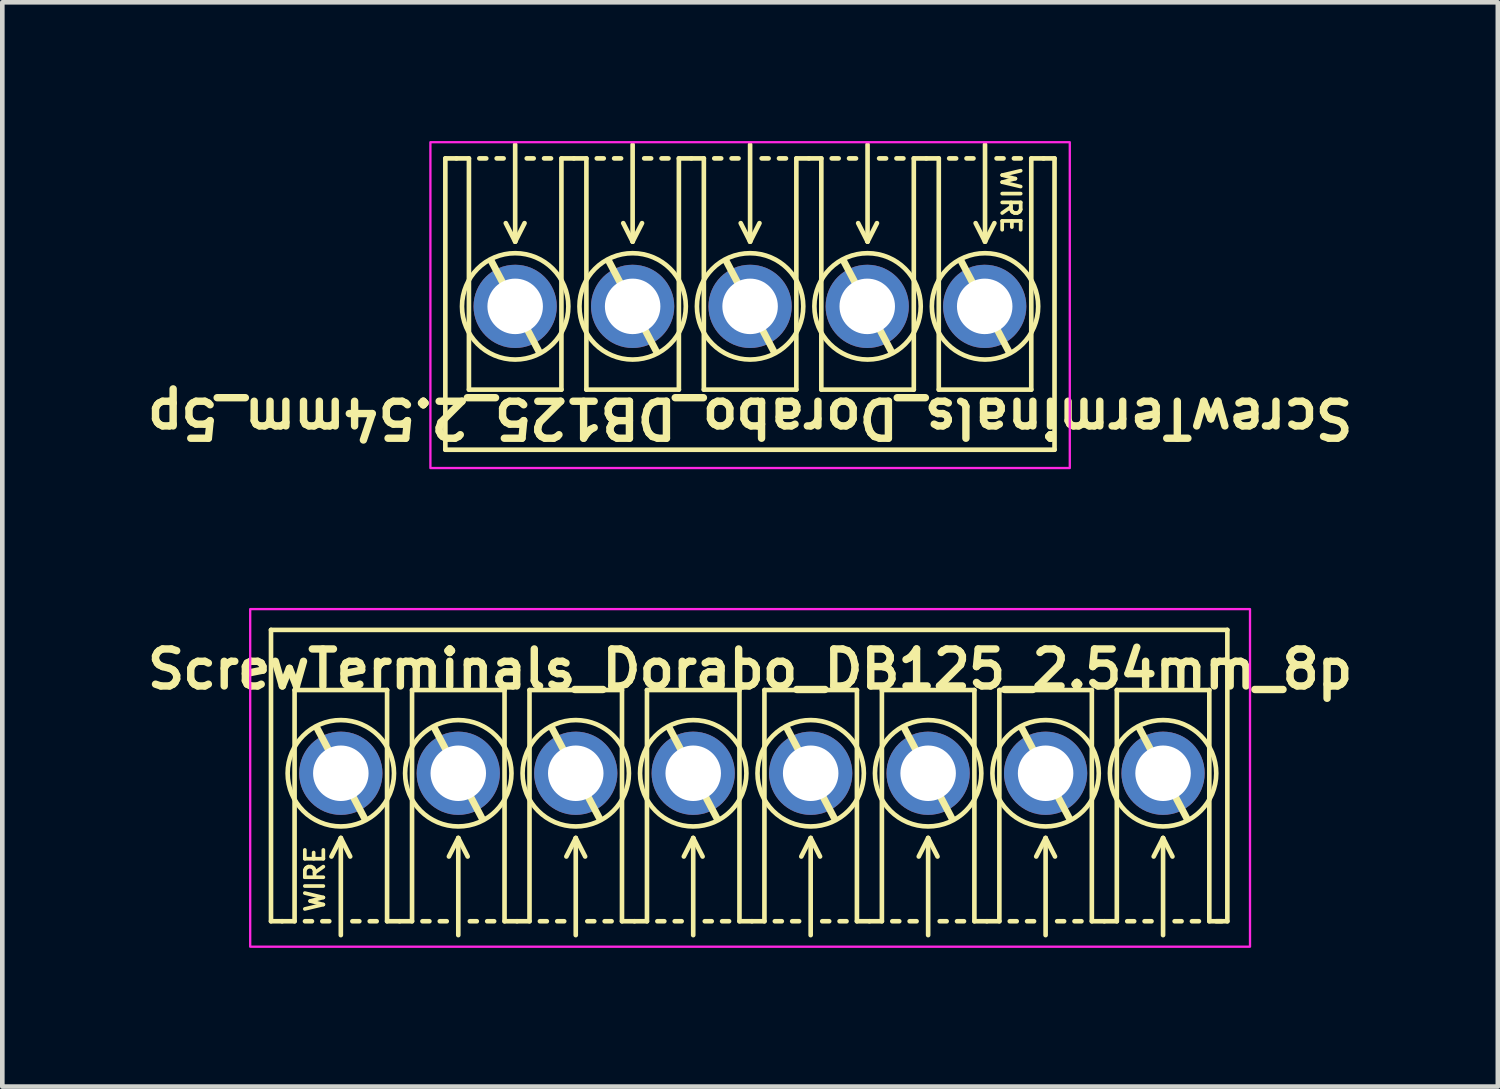
<source format=kicad_pcb>
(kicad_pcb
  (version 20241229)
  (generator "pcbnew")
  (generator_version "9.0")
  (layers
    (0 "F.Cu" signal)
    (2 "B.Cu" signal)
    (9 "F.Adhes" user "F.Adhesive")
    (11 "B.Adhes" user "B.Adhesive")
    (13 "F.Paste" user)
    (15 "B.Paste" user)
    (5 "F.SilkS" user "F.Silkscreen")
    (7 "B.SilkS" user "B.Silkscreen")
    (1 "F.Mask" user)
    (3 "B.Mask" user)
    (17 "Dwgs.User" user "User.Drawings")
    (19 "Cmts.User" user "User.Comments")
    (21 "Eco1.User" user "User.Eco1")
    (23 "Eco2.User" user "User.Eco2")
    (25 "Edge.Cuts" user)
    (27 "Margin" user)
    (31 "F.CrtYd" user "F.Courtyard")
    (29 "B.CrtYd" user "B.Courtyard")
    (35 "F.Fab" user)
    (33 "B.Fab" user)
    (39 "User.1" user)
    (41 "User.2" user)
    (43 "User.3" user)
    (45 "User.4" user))
  (footprint "ScrewTerminals_Dorabo_DB125_2.54mm_5p"
    (layer "F.Cu")
    (at 13.17 3.575)
    (property "Reference" "ScrewTerminals_Dorabo_DB125_2.54mm_5p" (at 0 2.413 180) (unlocked yes) (layer "F.SilkS") (effects (font (size 0.8 0.8) (thickness 0.16) (bold yes))))
    (attr through_hole)
    (fp_line (start -6.59 -3.2) (end -6.59 3.1) (stroke (width 0.1) (type default)) (layer "F.SilkS"))
    (fp_line (start -6.59 -3.2) (end -6.35 -3.2) (stroke (width 0.1) (type default)) (layer "F.SilkS"))
    (fp_line (start -6.08 -3.2) (end -6.35 -3.2) (stroke (width 0.1) (type default)) (layer "F.SilkS"))
    (fp_line (start -6.08 1.8) (end -6.08 -3.2) (stroke (width 0.1) (type solid)) (layer "F.SilkS"))
    (fp_line (start -5.705 -3.2) (end -5.855 -3.2) (stroke (width 0.1) (type default)) (layer "F.SilkS"))
    (fp_line (start -5.33 -3.2) (end -5.48 -3.2) (stroke (width 0.1) (type default)) (layer "F.SilkS"))
    (fp_line (start -5.08 -3.5) (end -5.08 -1.4) (stroke (width 0.1) (type default)) (layer "F.SilkS"))
    (fp_line (start -5.08 -1.4) (end -5.283 -1.8) (stroke (width 0.1) (type default)) (layer "F.SilkS"))
    (fp_line (start -5.08 -1.4) (end -4.877 -1.8) (stroke (width 0.1) (type default)) (layer "F.SilkS"))
    (fp_line (start -4.68 -3.2) (end -4.83 -3.2) (stroke (width 0.1) (type default)) (layer "F.SilkS"))
    (fp_line (start -4.572 0.965) (end -5.588 -0.965) (stroke (width 0.15) (type default)) (layer "F.SilkS"))
    (fp_line (start -4.305 -3.2) (end -4.455 -3.2) (stroke (width 0.1) (type default)) (layer "F.SilkS"))
    (fp_line (start -4.08 -3.2) (end -4.08 1.8) (stroke (width 0.1) (type solid)) (layer "F.SilkS"))
    (fp_line (start -4.08 1.8) (end -6.08 1.8) (stroke (width 0.1) (type solid)) (layer "F.SilkS"))
    (fp_line (start -3.81 -3.2) (end -4.08 -3.2) (stroke (width 0.1) (type default)) (layer "F.SilkS"))
    (fp_line (start -3.54 -3.2) (end -3.81 -3.2) (stroke (width 0.1) (type default)) (layer "F.SilkS"))
    (fp_line (start -3.54 1.8) (end -3.54 -3.2) (stroke (width 0.1) (type solid)) (layer "F.SilkS"))
    (fp_line (start -3.165 -3.2) (end -3.315 -3.2) (stroke (width 0.1) (type default)) (layer "F.SilkS"))
    (fp_line (start -2.79 -3.2) (end -2.94 -3.2) (stroke (width 0.1) (type default)) (layer "F.SilkS"))
    (fp_line (start -2.54 -3.5) (end -2.54 -1.4) (stroke (width 0.1) (type default)) (layer "F.SilkS"))
    (fp_line (start -2.54 -1.4) (end -2.743 -1.8) (stroke (width 0.1) (type default)) (layer "F.SilkS"))
    (fp_line (start -2.54 -1.4) (end -2.337 -1.8) (stroke (width 0.1) (type default)) (layer "F.SilkS"))
    (fp_line (start -2.14 -3.2) (end -2.29 -3.2) (stroke (width 0.1) (type default)) (layer "F.SilkS"))
    (fp_line (start -2.032 0.965) (end -3.048 -0.965) (stroke (width 0.15) (type default)) (layer "F.SilkS"))
    (fp_line (start -1.765 -3.2) (end -1.915 -3.2) (stroke (width 0.1) (type default)) (layer "F.SilkS"))
    (fp_line (start -1.54 -3.2) (end -1.54 1.8) (stroke (width 0.1) (type solid)) (layer "F.SilkS"))
    (fp_line (start -1.54 1.8) (end -3.54 1.8) (stroke (width 0.1) (type solid)) (layer "F.SilkS"))
    (fp_line (start -1.27 -3.2) (end -1.54 -3.2) (stroke (width 0.1) (type default)) (layer "F.SilkS"))
    (fp_line (start -1 -3.2) (end -1.27 -3.2) (stroke (width 0.1) (type default)) (layer "F.SilkS"))
    (fp_line (start -1 1.8) (end -1 -3.2) (stroke (width 0.1) (type solid)) (layer "F.SilkS"))
    (fp_line (start -0.625 -3.2) (end -0.775 -3.2) (stroke (width 0.1) (type default)) (layer "F.SilkS"))
    (fp_line (start -0.25 -3.2) (end -0.4 -3.2) (stroke (width 0.1) (type default)) (layer "F.SilkS"))
    (fp_line (start 0 -3.5) (end 0 -1.4) (stroke (width 0.1) (type default)) (layer "F.SilkS"))
    (fp_line (start 0 -1.4) (end -0.203 -1.8) (stroke (width 0.1) (type default)) (layer "F.SilkS"))
    (fp_line (start 0 -1.4) (end 0.203 -1.8) (stroke (width 0.1) (type default)) (layer "F.SilkS"))
    (fp_line (start 0.4 -3.2) (end 0.25 -3.2) (stroke (width 0.1) (type default)) (layer "F.SilkS"))
    (fp_line (start 0.508 0.965) (end -0.508 -0.965) (stroke (width 0.15) (type default)) (layer "F.SilkS"))
    (fp_line (start 0.775 -3.2) (end 0.625 -3.2) (stroke (width 0.1) (type default)) (layer "F.SilkS"))
    (fp_line (start 1 -3.2) (end 1 1.8) (stroke (width 0.1) (type solid)) (layer "F.SilkS"))
    (fp_line (start 1 1.8) (end -1 1.8) (stroke (width 0.1) (type solid)) (layer "F.SilkS"))
    (fp_line (start 1.27 -3.2) (end 1 -3.2) (stroke (width 0.1) (type default)) (layer "F.SilkS"))
    (fp_line (start 1.54 -3.2) (end 1.27 -3.2) (stroke (width 0.1) (type default)) (layer "F.SilkS"))
    (fp_line (start 1.54 1.8) (end 1.54 -3.2) (stroke (width 0.1) (type solid)) (layer "F.SilkS"))
    (fp_line (start 1.915 -3.2) (end 1.765 -3.2) (stroke (width 0.1) (type default)) (layer "F.SilkS"))
    (fp_line (start 2.29 -3.2) (end 2.14 -3.2) (stroke (width 0.1) (type default)) (layer "F.SilkS"))
    (fp_line (start 2.54 -3.5) (end 2.54 -1.4) (stroke (width 0.1) (type default)) (layer "F.SilkS"))
    (fp_line (start 2.54 -1.4) (end 2.337 -1.8) (stroke (width 0.1) (type default)) (layer "F.SilkS"))
    (fp_line (start 2.54 -1.4) (end 2.743 -1.8) (stroke (width 0.1) (type default)) (layer "F.SilkS"))
    (fp_line (start 2.94 -3.2) (end 2.79 -3.2) (stroke (width 0.1) (type default)) (layer "F.SilkS"))
    (fp_line (start 3.048 0.965) (end 2.032 -0.965) (stroke (width 0.15) (type default)) (layer "F.SilkS"))
    (fp_line (start 3.315 -3.2) (end 3.165 -3.2) (stroke (width 0.1) (type default)) (layer "F.SilkS"))
    (fp_line (start 3.54 -3.2) (end 3.54 1.8) (stroke (width 0.1) (type solid)) (layer "F.SilkS"))
    (fp_line (start 3.54 1.8) (end 1.54 1.8) (stroke (width 0.1) (type solid)) (layer "F.SilkS"))
    (fp_line (start 3.81 -3.2) (end 3.54 -3.2) (stroke (width 0.1) (type default)) (layer "F.SilkS"))
    (fp_line (start 4.08 -3.2) (end 3.81 -3.2) (stroke (width 0.1) (type default)) (layer "F.SilkS"))
    (fp_line (start 4.08 1.8) (end 4.08 -3.2) (stroke (width 0.1) (type solid)) (layer "F.SilkS"))
    (fp_line (start 4.455 -3.2) (end 4.305 -3.2) (stroke (width 0.1) (type default)) (layer "F.SilkS"))
    (fp_line (start 4.83 -3.2) (end 4.68 -3.2) (stroke (width 0.1) (type default)) (layer "F.SilkS"))
    (fp_line (start 5.08 -3.5) (end 5.08 -1.4) (stroke (width 0.1) (type default)) (layer "F.SilkS"))
    (fp_line (start 5.08 -1.4) (end 4.877 -1.8) (stroke (width 0.1) (type default)) (layer "F.SilkS"))
    (fp_line (start 5.08 -1.4) (end 5.283 -1.8) (stroke (width 0.1) (type default)) (layer "F.SilkS"))
    (fp_line (start 5.48 -3.2) (end 5.33 -3.2) (stroke (width 0.1) (type default)) (layer "F.SilkS"))
    (fp_line (start 5.588 0.965) (end 4.572 -0.965) (stroke (width 0.15) (type default)) (layer "F.SilkS"))
    (fp_line (start 5.855 -3.2) (end 5.705 -3.2) (stroke (width 0.1) (type default)) (layer "F.SilkS"))
    (fp_line (start 6.08 -3.2) (end 6.08 1.8) (stroke (width 0.1) (type solid)) (layer "F.SilkS"))
    (fp_line (start 6.08 1.8) (end 4.08 1.8) (stroke (width 0.1) (type solid)) (layer "F.SilkS"))
    (fp_line (start 6.35 -3.2) (end 6.08 -3.2) (stroke (width 0.1) (type default)) (layer "F.SilkS"))
    (fp_line (start 6.583 -3.2) (end 6.343 -3.2) (stroke (width 0.1) (type default)) (layer "F.SilkS"))
    (fp_line (start 6.583 -3.2) (end 6.583 3.1) (stroke (width 0.1) (type default)) (layer "F.SilkS"))
    (fp_line (start 6.583 3.1) (end -6.59 3.1) (stroke (width 0.1) (type default)) (layer "F.SilkS"))
    (fp_circle (center -5.08 0) (end -3.93 0) (stroke (width 0.1) (type default)) (fill no) (layer "F.SilkS"))
    (fp_circle (center -2.54 0) (end -1.39 0) (stroke (width 0.1) (type default)) (fill no) (layer "F.SilkS"))
    (fp_circle (center 0 0) (end 1.15 0) (stroke (width 0.1) (type default)) (fill no) (layer "F.SilkS"))
    (fp_circle (center 2.54 0) (end 3.69 0) (stroke (width 0.1) (type default)) (fill no) (layer "F.SilkS"))
    (fp_circle (center 5.08 0) (end 6.23 0) (stroke (width 0.1) (type default)) (fill no) (layer "F.SilkS"))
    (fp_rect (start -6.913 -3.55) (end 6.913 3.496) (stroke (width 0.05) (type default)) (fill no) (layer "F.CrtYd"))
    (fp_text user "WIRE" (at 5.632 -2.286 270) (unlocked yes) (layer "F.SilkS") (effects (font (size 0.4 0.4) (thickness 0.08) (bold yes))))
    (pad "1" thru_hole circle (at 5.073 0 180) (size 1.8 1.8) (drill 1.2) (layers "*.Cu" "*.Mask"))
    (pad "2" thru_hole circle (at 2.533 0 180) (size 1.8 1.8) (drill 1.2) (layers "*.Cu" "*.Mask"))
    (pad "3" thru_hole circle (at 0 0 180) (size 1.8 1.8) (drill 1.2) (layers "*.Cu" "*.Mask"))
    (pad "4" thru_hole circle (at -2.54 0 180) (size 1.8 1.8) (drill 1.2) (layers "*.Cu" "*.Mask"))
    (pad "5" thru_hole circle (at -5.08 0 180) (size 1.8 1.8) (drill 1.2) (layers "*.Cu" "*.Mask")))
  (footprint "ScrewTerminals_Dorabo_DB125_2.54mm_8p"
    (layer "F.Cu")
    (at 13.17 13.671)
    (property "Reference" "ScrewTerminals_Dorabo_DB125_2.54mm_8p" (at 0 -2.25 0) (unlocked yes) (layer "F.SilkS") (effects (font (size 0.8 0.8) (thickness 0.16) (bold yes))))
    (attr through_hole)
    (fp_line (start -10.36 -3.1) (end 10.32 -3.1) (stroke (width 0.1) (type default)) (layer "F.SilkS"))
    (fp_line (start -10.36 3.2) (end -10.36 -3.1) (stroke (width 0.1) (type default)) (layer "F.SilkS"))
    (fp_line (start -10.36 3.2) (end -10.12 3.2) (stroke (width 0.1) (type default)) (layer "F.SilkS"))
    (fp_line (start -10.12 3.2) (end -9.85 3.2) (stroke (width 0.1) (type default)) (layer "F.SilkS"))
    (fp_line (start -9.85 -1.8) (end -7.85 -1.8) (stroke (width 0.1) (type solid)) (layer "F.SilkS"))
    (fp_line (start -9.85 3.2) (end -9.85 -1.8) (stroke (width 0.1) (type solid)) (layer "F.SilkS"))
    (fp_line (start -9.625 3.2) (end -9.475 3.2) (stroke (width 0.1) (type default)) (layer "F.SilkS"))
    (fp_line (start -9.358 -0.965) (end -8.342 0.965) (stroke (width 0.15) (type default)) (layer "F.SilkS"))
    (fp_line (start -9.25 3.2) (end -9.1 3.2) (stroke (width 0.1) (type default)) (layer "F.SilkS"))
    (fp_line (start -8.85 1.4) (end -9.053 1.8) (stroke (width 0.1) (type default)) (layer "F.SilkS"))
    (fp_line (start -8.85 1.4) (end -8.647 1.8) (stroke (width 0.1) (type default)) (layer "F.SilkS"))
    (fp_line (start -8.85 3.5) (end -8.85 1.4) (stroke (width 0.1) (type default)) (layer "F.SilkS"))
    (fp_line (start -8.6 3.2) (end -8.45 3.2) (stroke (width 0.1) (type default)) (layer "F.SilkS"))
    (fp_line (start -8.225 3.2) (end -8.075 3.2) (stroke (width 0.1) (type default)) (layer "F.SilkS"))
    (fp_line (start -7.85 -1.8) (end -7.85 3.2) (stroke (width 0.1) (type solid)) (layer "F.SilkS"))
    (fp_line (start -7.85 3.2) (end -7.58 3.2) (stroke (width 0.1) (type default)) (layer "F.SilkS"))
    (fp_line (start -7.58 3.2) (end -7.31 3.2) (stroke (width 0.1) (type default)) (layer "F.SilkS"))
    (fp_line (start -7.31 -1.8) (end -5.31 -1.8) (stroke (width 0.1) (type solid)) (layer "F.SilkS"))
    (fp_line (start -7.31 3.2) (end -7.31 -1.8) (stroke (width 0.1) (type solid)) (layer "F.SilkS"))
    (fp_line (start -7.085 3.2) (end -6.935 3.2) (stroke (width 0.1) (type default)) (layer "F.SilkS"))
    (fp_line (start -6.818 -0.965) (end -5.802 0.965) (stroke (width 0.15) (type default)) (layer "F.SilkS"))
    (fp_line (start -6.71 3.2) (end -6.56 3.2) (stroke (width 0.1) (type default)) (layer "F.SilkS"))
    (fp_line (start -6.31 1.4) (end -6.513 1.8) (stroke (width 0.1) (type default)) (layer "F.SilkS"))
    (fp_line (start -6.31 1.4) (end -6.107 1.8) (stroke (width 0.1) (type default)) (layer "F.SilkS"))
    (fp_line (start -6.31 3.5) (end -6.31 1.4) (stroke (width 0.1) (type default)) (layer "F.SilkS"))
    (fp_line (start -6.06 3.2) (end -5.91 3.2) (stroke (width 0.1) (type default)) (layer "F.SilkS"))
    (fp_line (start -5.685 3.2) (end -5.535 3.2) (stroke (width 0.1) (type default)) (layer "F.SilkS"))
    (fp_line (start -5.31 -1.8) (end -5.31 3.2) (stroke (width 0.1) (type solid)) (layer "F.SilkS"))
    (fp_line (start -5.31 3.2) (end -5.04 3.2) (stroke (width 0.1) (type default)) (layer "F.SilkS"))
    (fp_line (start -5.04 3.2) (end -4.77 3.2) (stroke (width 0.1) (type default)) (layer "F.SilkS"))
    (fp_line (start -4.77 -1.8) (end -2.77 -1.8) (stroke (width 0.1) (type solid)) (layer "F.SilkS"))
    (fp_line (start -4.77 3.2) (end -4.77 -1.8) (stroke (width 0.1) (type solid)) (layer "F.SilkS"))
    (fp_line (start -4.545 3.2) (end -4.395 3.2) (stroke (width 0.1) (type default)) (layer "F.SilkS"))
    (fp_line (start -4.278 -0.965) (end -3.262 0.965) (stroke (width 0.15) (type default)) (layer "F.SilkS"))
    (fp_line (start -4.17 3.2) (end -4.02 3.2) (stroke (width 0.1) (type default)) (layer "F.SilkS"))
    (fp_line (start -3.77 1.4) (end -3.973 1.8) (stroke (width 0.1) (type default)) (layer "F.SilkS"))
    (fp_line (start -3.77 1.4) (end -3.567 1.8) (stroke (width 0.1) (type default)) (layer "F.SilkS"))
    (fp_line (start -3.77 3.5) (end -3.77 1.4) (stroke (width 0.1) (type default)) (layer "F.SilkS"))
    (fp_line (start -3.52 3.2) (end -3.37 3.2) (stroke (width 0.1) (type default)) (layer "F.SilkS"))
    (fp_line (start -3.145 3.2) (end -2.995 3.2) (stroke (width 0.1) (type default)) (layer "F.SilkS"))
    (fp_line (start -2.77 -1.8) (end -2.77 3.2) (stroke (width 0.1) (type solid)) (layer "F.SilkS"))
    (fp_line (start -2.77 3.2) (end -2.5 3.2) (stroke (width 0.1) (type default)) (layer "F.SilkS"))
    (fp_line (start -2.5 3.2) (end -2.23 3.2) (stroke (width 0.1) (type default)) (layer "F.SilkS"))
    (fp_line (start -2.23 -1.8) (end -0.23 -1.8) (stroke (width 0.1) (type solid)) (layer "F.SilkS"))
    (fp_line (start -2.23 3.2) (end -2.23 -1.8) (stroke (width 0.1) (type solid)) (layer "F.SilkS"))
    (fp_line (start -2.005 3.2) (end -1.855 3.2) (stroke (width 0.1) (type default)) (layer "F.SilkS"))
    (fp_line (start -1.738 -0.965) (end -0.722 0.965) (stroke (width 0.15) (type default)) (layer "F.SilkS"))
    (fp_line (start -1.63 3.2) (end -1.48 3.2) (stroke (width 0.1) (type default)) (layer "F.SilkS"))
    (fp_line (start -1.23 1.4) (end -1.433 1.8) (stroke (width 0.1) (type default)) (layer "F.SilkS"))
    (fp_line (start -1.23 1.4) (end -1.027 1.8) (stroke (width 0.1) (type default)) (layer "F.SilkS"))
    (fp_line (start -1.23 3.5) (end -1.23 1.4) (stroke (width 0.1) (type default)) (layer "F.SilkS"))
    (fp_line (start -0.98 3.2) (end -0.83 3.2) (stroke (width 0.1) (type default)) (layer "F.SilkS"))
    (fp_line (start -0.605 3.2) (end -0.455 3.2) (stroke (width 0.1) (type default)) (layer "F.SilkS"))
    (fp_line (start -0.23 -1.8) (end -0.23 3.2) (stroke (width 0.1) (type solid)) (layer "F.SilkS"))
    (fp_line (start -0.23 3.2) (end 0.04 3.2) (stroke (width 0.1) (type default)) (layer "F.SilkS"))
    (fp_line (start 0.04 3.2) (end 0.31 3.2) (stroke (width 0.1) (type default)) (layer "F.SilkS"))
    (fp_line (start 0.31 -1.8) (end 2.31 -1.8) (stroke (width 0.1) (type solid)) (layer "F.SilkS"))
    (fp_line (start 0.31 3.2) (end 0.31 -1.8) (stroke (width 0.1) (type solid)) (layer "F.SilkS"))
    (fp_line (start 0.535 3.2) (end 0.685 3.2) (stroke (width 0.1) (type default)) (layer "F.SilkS"))
    (fp_line (start 0.802 -0.965) (end 1.818 0.965) (stroke (width 0.15) (type default)) (layer "F.SilkS"))
    (fp_line (start 0.91 3.2) (end 1.06 3.2) (stroke (width 0.1) (type default)) (layer "F.SilkS"))
    (fp_line (start 1.31 1.4) (end 1.107 1.8) (stroke (width 0.1) (type default)) (layer "F.SilkS"))
    (fp_line (start 1.31 1.4) (end 1.513 1.8) (stroke (width 0.1) (type default)) (layer "F.SilkS"))
    (fp_line (start 1.31 3.5) (end 1.31 1.4) (stroke (width 0.1) (type default)) (layer "F.SilkS"))
    (fp_line (start 1.56 3.2) (end 1.71 3.2) (stroke (width 0.1) (type default)) (layer "F.SilkS"))
    (fp_line (start 1.935 3.2) (end 2.085 3.2) (stroke (width 0.1) (type default)) (layer "F.SilkS"))
    (fp_line (start 2.31 -1.8) (end 2.31 3.2) (stroke (width 0.1) (type solid)) (layer "F.SilkS"))
    (fp_line (start 2.31 3.2) (end 2.58 3.2) (stroke (width 0.1) (type default)) (layer "F.SilkS"))
    (fp_line (start 2.58 3.2) (end 2.85 3.2) (stroke (width 0.1) (type default)) (layer "F.SilkS"))
    (fp_line (start 2.85 -1.8) (end 4.85 -1.8) (stroke (width 0.1) (type solid)) (layer "F.SilkS"))
    (fp_line (start 2.85 3.2) (end 2.85 -1.8) (stroke (width 0.1) (type solid)) (layer "F.SilkS"))
    (fp_line (start 3.075 3.2) (end 3.225 3.2) (stroke (width 0.1) (type default)) (layer "F.SilkS"))
    (fp_line (start 3.342 -0.965) (end 4.358 0.965) (stroke (width 0.15) (type default)) (layer "F.SilkS"))
    (fp_line (start 3.45 3.2) (end 3.6 3.2) (stroke (width 0.1) (type default)) (layer "F.SilkS"))
    (fp_line (start 3.85 1.4) (end 3.647 1.8) (stroke (width 0.1) (type default)) (layer "F.SilkS"))
    (fp_line (start 3.85 1.4) (end 4.053 1.8) (stroke (width 0.1) (type default)) (layer "F.SilkS"))
    (fp_line (start 3.85 3.5) (end 3.85 1.4) (stroke (width 0.1) (type default)) (layer "F.SilkS"))
    (fp_line (start 4.1 3.2) (end 4.25 3.2) (stroke (width 0.1) (type default)) (layer "F.SilkS"))
    (fp_line (start 4.475 3.2) (end 4.625 3.2) (stroke (width 0.1) (type default)) (layer "F.SilkS"))
    (fp_line (start 4.85 -1.8) (end 4.85 3.2) (stroke (width 0.1) (type solid)) (layer "F.SilkS"))
    (fp_line (start 4.85 3.2) (end 5.12 3.2) (stroke (width 0.1) (type default)) (layer "F.SilkS"))
    (fp_line (start 5.12 3.2) (end 5.39 3.2) (stroke (width 0.1) (type default)) (layer "F.SilkS"))
    (fp_line (start 5.39 -1.8) (end 7.39 -1.8) (stroke (width 0.1) (type solid)) (layer "F.SilkS"))
    (fp_line (start 5.39 3.2) (end 5.39 -1.8) (stroke (width 0.1) (type solid)) (layer "F.SilkS"))
    (fp_line (start 5.615 3.2) (end 5.765 3.2) (stroke (width 0.1) (type default)) (layer "F.SilkS"))
    (fp_line (start 5.882 -0.965) (end 6.898 0.965) (stroke (width 0.15) (type default)) (layer "F.SilkS"))
    (fp_line (start 5.99 3.2) (end 6.14 3.2) (stroke (width 0.1) (type default)) (layer "F.SilkS"))
    (fp_line (start 6.39 1.4) (end 6.187 1.8) (stroke (width 0.1) (type default)) (layer "F.SilkS"))
    (fp_line (start 6.39 1.4) (end 6.593 1.8) (stroke (width 0.1) (type default)) (layer "F.SilkS"))
    (fp_line (start 6.39 3.5) (end 6.39 1.4) (stroke (width 0.1) (type default)) (layer "F.SilkS"))
    (fp_line (start 6.64 3.2) (end 6.79 3.2) (stroke (width 0.1) (type default)) (layer "F.SilkS"))
    (fp_line (start 7.015 3.2) (end 7.165 3.2) (stroke (width 0.1) (type default)) (layer "F.SilkS"))
    (fp_line (start 7.39 -1.8) (end 7.39 3.2) (stroke (width 0.1) (type solid)) (layer "F.SilkS"))
    (fp_line (start 7.39 3.2) (end 7.66 3.2) (stroke (width 0.1) (type default)) (layer "F.SilkS"))
    (fp_line (start 7.66 3.2) (end 7.93 3.2) (stroke (width 0.1) (type default)) (layer "F.SilkS"))
    (fp_line (start 7.93 -1.8) (end 9.93 -1.8) (stroke (width 0.1) (type solid)) (layer "F.SilkS"))
    (fp_line (start 7.93 3.2) (end 7.93 -1.8) (stroke (width 0.1) (type solid)) (layer "F.SilkS"))
    (fp_line (start 8.155 3.2) (end 8.305 3.2) (stroke (width 0.1) (type default)) (layer "F.SilkS"))
    (fp_line (start 8.422 -0.965) (end 9.438 0.965) (stroke (width 0.15) (type default)) (layer "F.SilkS"))
    (fp_line (start 8.53 3.2) (end 8.68 3.2) (stroke (width 0.1) (type default)) (layer "F.SilkS"))
    (fp_line (start 8.93 1.4) (end 8.727 1.8) (stroke (width 0.1) (type default)) (layer "F.SilkS"))
    (fp_line (start 8.93 1.4) (end 9.133 1.8) (stroke (width 0.1) (type default)) (layer "F.SilkS"))
    (fp_line (start 8.93 3.5) (end 8.93 1.4) (stroke (width 0.1) (type default)) (layer "F.SilkS"))
    (fp_line (start 9.18 3.2) (end 9.33 3.2) (stroke (width 0.1) (type default)) (layer "F.SilkS"))
    (fp_line (start 9.555 3.2) (end 9.705 3.2) (stroke (width 0.1) (type default)) (layer "F.SilkS"))
    (fp_line (start 9.93 -1.8) (end 9.93 3.2) (stroke (width 0.1) (type solid)) (layer "F.SilkS"))
    (fp_line (start 9.93 3.2) (end 10.2 3.2) (stroke (width 0.1) (type default)) (layer "F.SilkS"))
    (fp_line (start 10.32 3.2) (end 10.08 3.2) (stroke (width 0.1) (type default)) (layer "F.SilkS"))
    (fp_line (start 10.32 3.2) (end 10.32 -3.1) (stroke (width 0.1) (type default)) (layer "F.SilkS"))
    (fp_circle (center -8.85 0) (end -10 0) (stroke (width 0.1) (type default)) (fill no) (layer "F.SilkS"))
    (fp_circle (center -6.31 0) (end -7.46 0) (stroke (width 0.1) (type default)) (fill no) (layer "F.SilkS"))
    (fp_circle (center -3.77 0) (end -4.92 0) (stroke (width 0.1) (type default)) (fill no) (layer "F.SilkS"))
    (fp_circle (center -1.23 0) (end -2.38 0) (stroke (width 0.1) (type default)) (fill no) (layer "F.SilkS"))
    (fp_circle (center 1.31 0) (end 0.16 0) (stroke (width 0.1) (type default)) (fill no) (layer "F.SilkS"))
    (fp_circle (center 3.85 0) (end 2.7 0) (stroke (width 0.1) (type default)) (fill no) (layer "F.SilkS"))
    (fp_circle (center 6.39 0) (end 5.24 0) (stroke (width 0.1) (type default)) (fill no) (layer "F.SilkS"))
    (fp_circle (center 8.93 0) (end 7.78 0) (stroke (width 0.1) (type default)) (fill no) (layer "F.SilkS"))
    (fp_rect (start -10.81 -3.55) (end 10.81 3.75) (stroke (width 0.05) (type default)) (fill no) (layer "F.CrtYd"))
    (fp_text user "WIRE" (at -9.409 2.286 90) (unlocked yes) (layer "F.SilkS") (effects (font (size 0.4 0.4) (thickness 0.08) (bold yes))))
    (pad "1" thru_hole circle (at -8.85 0) (size 1.8 1.8) (drill 1.2) (layers "*.Cu" "*.Mask"))
    (pad "2" thru_hole circle (at -6.31 0) (size 1.8 1.8) (drill 1.2) (layers "*.Cu" "*.Mask"))
    (pad "3" thru_hole circle (at -3.77 0) (size 1.8 1.8) (drill 1.2) (layers "*.Cu" "*.Mask"))
    (pad "4" thru_hole circle (at -1.23 0) (size 1.8 1.8) (drill 1.2) (layers "*.Cu" "*.Mask"))
    (pad "5" thru_hole circle (at 1.31 0) (size 1.8 1.8) (drill 1.2) (layers "*.Cu" "*.Mask"))
    (pad "6" thru_hole circle (at 3.85 0) (size 1.8 1.8) (drill 1.2) (layers "*.Cu" "*.Mask"))
    (pad "7" thru_hole circle (at 6.39 0) (size 1.8 1.8) (drill 1.2) (layers "*.Cu" "*.Mask"))
    (pad "8" thru_hole circle (at 8.93 0) (size 1.8 1.8) (drill 1.2) (layers "*.Cu" "*.Mask")))
  (gr_rect
    (start -3 -3)
    (end 29.339 20.446)
    (stroke (width 0.1) (type default))
    (fill no)
    (layer "Edge.Cuts")))
</source>
